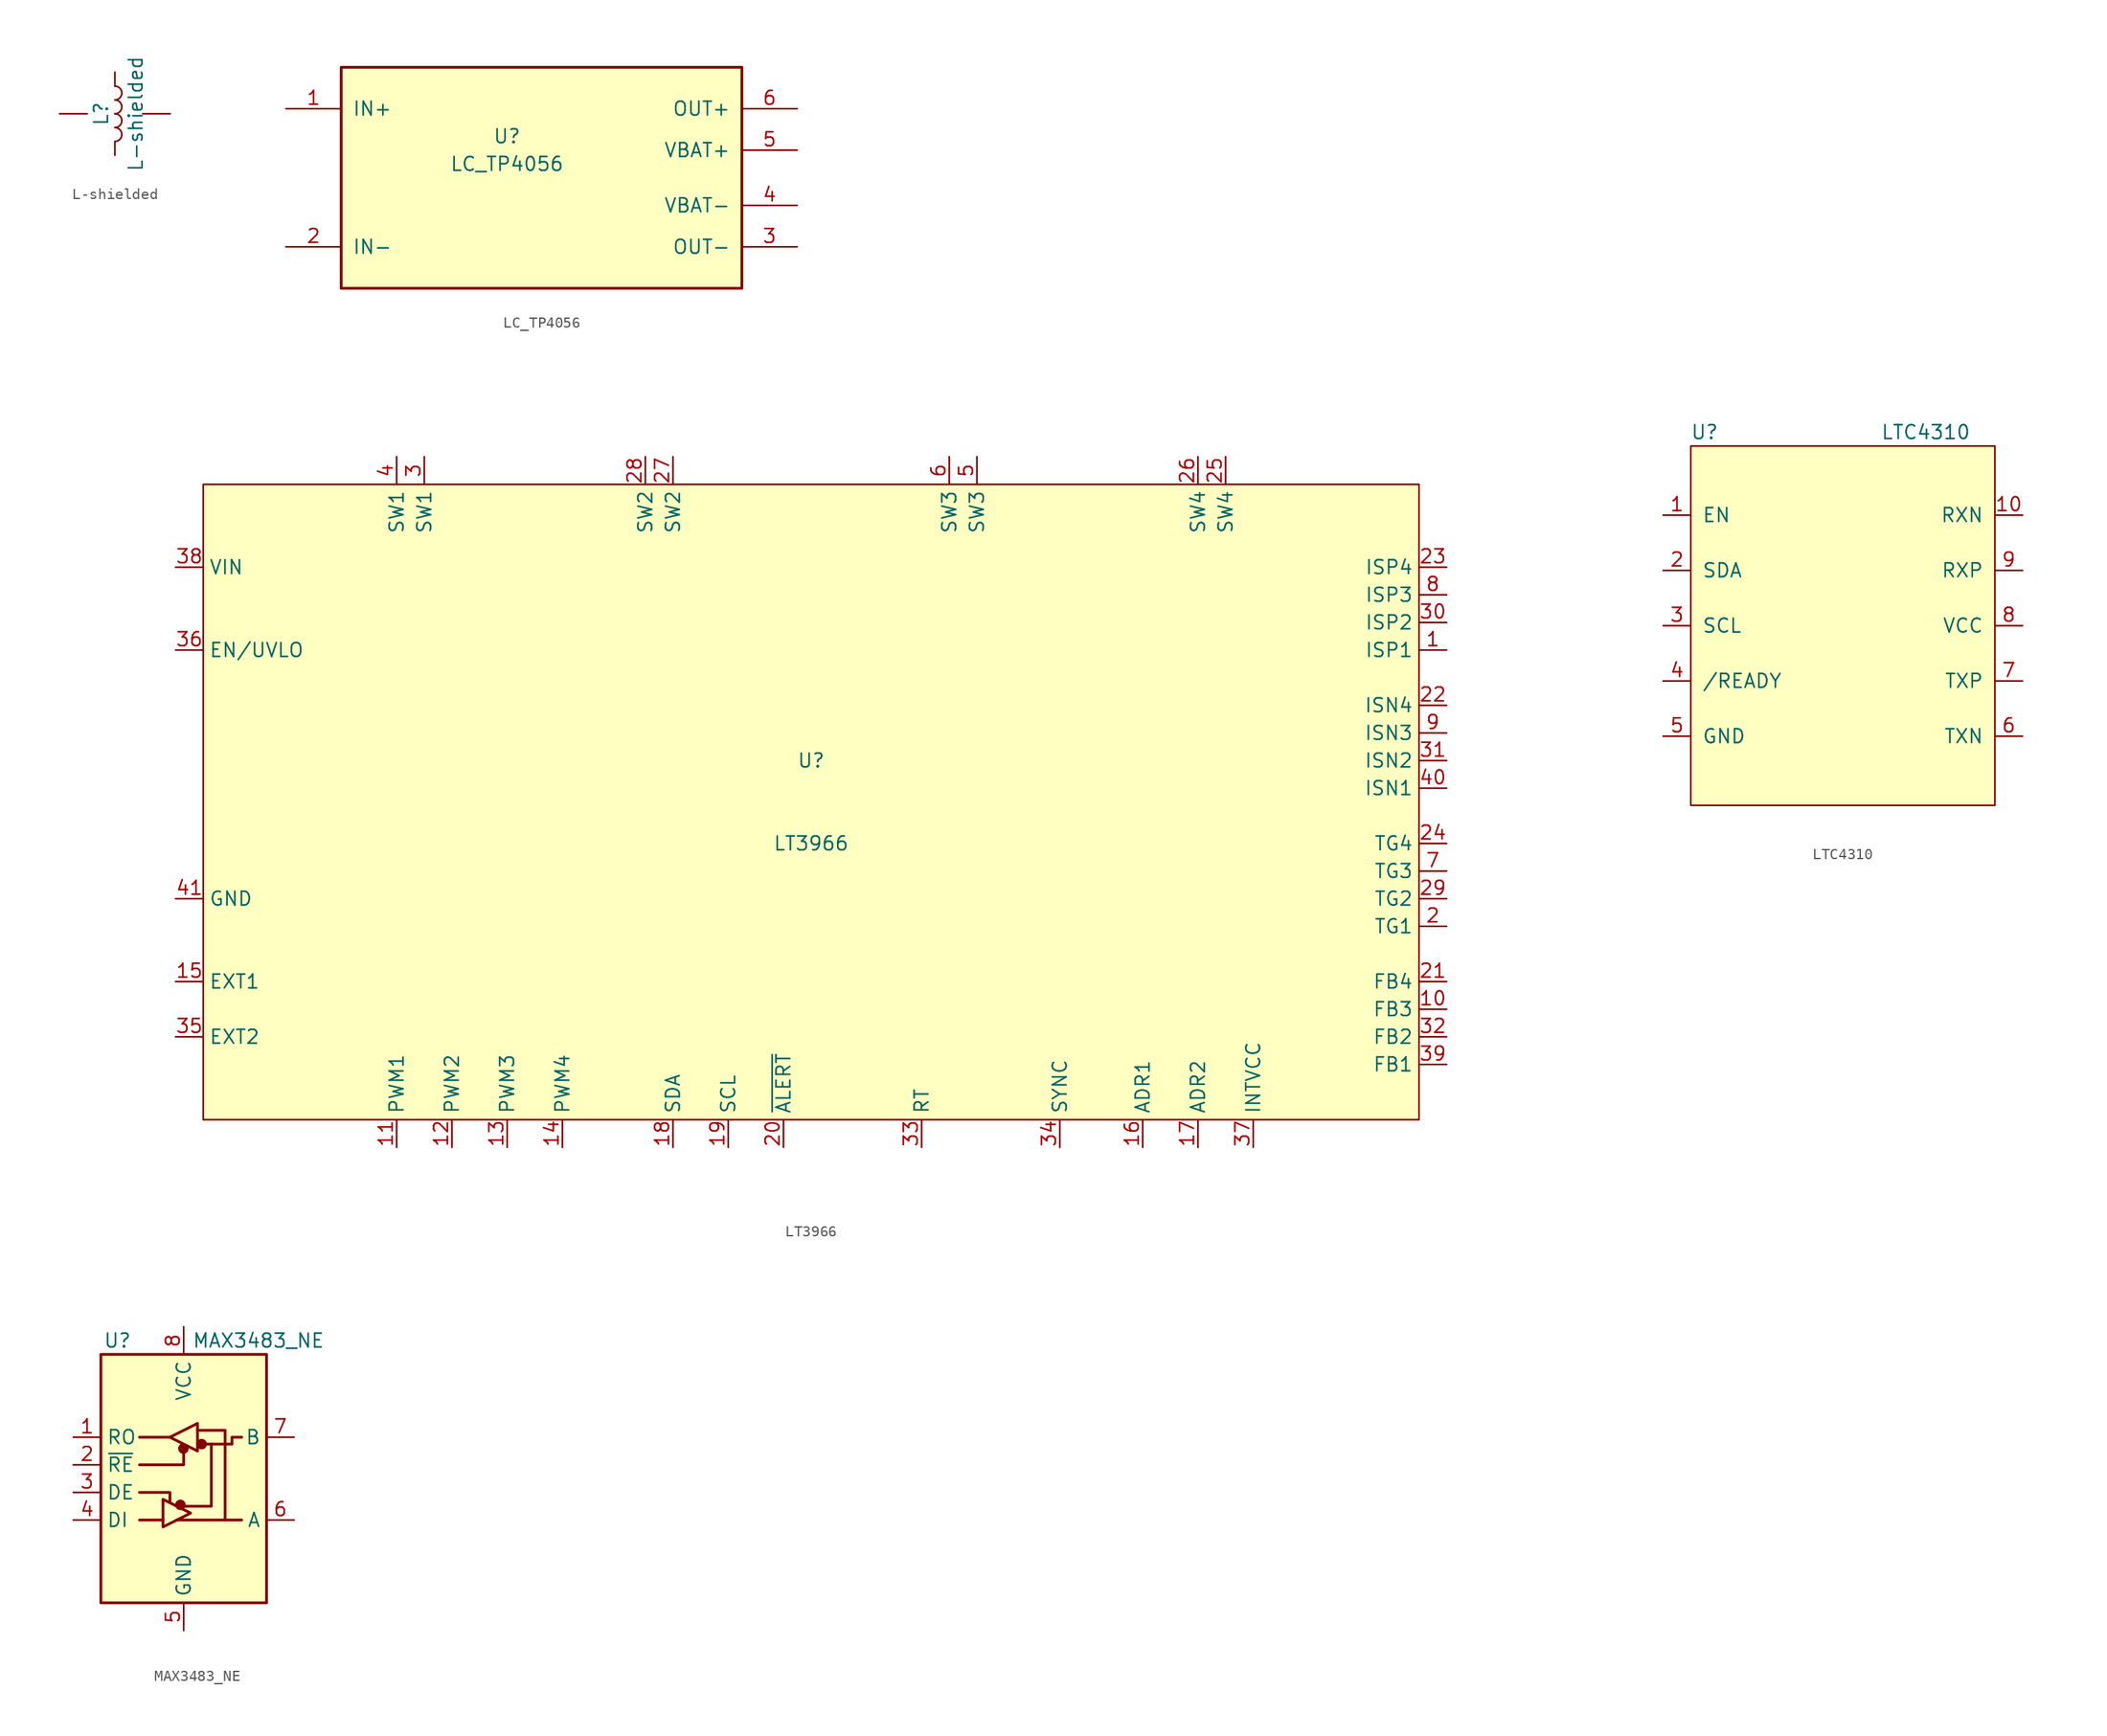
<source format=kicad_sym>
(kicad_symbol_lib
  (version 20231120)
  (generator "kicad_symbol_editor")
  (generator_version "8.0")
  (symbol "L-shielded"
    (pin_numbers hide)
    (pin_names
      (offset 1.016) hide)
    (property "Reference" "L"
      (at -1.27 0 90)
      (effects (font (size 1.27 1.27))))
    (property "Value" "L-shielded"
      (at 1.905 0 90)
      (effects (font (size 1.27 1.27))))
    (symbol "L-shielded_0_1"
      (arc (start 0 -2.54) (mid 0.6323 -1.905) (end 0 -1.27) (stroke (width 0) (type default)) (fill (type none)))
      (arc (start 0 -1.27) (mid 0.6323 -0.635) (end 0 0) (stroke (width 0) (type default)) (fill (type none)))
      (arc (start 0 0) (mid 0.6323 0.635) (end 0 1.27) (stroke (width 0) (type default)) (fill (type none)))
      (arc (start 0 1.27) (mid 0.6323 1.905) (end 0 2.54) (stroke (width 0) (type default)) (fill (type none))))
    (symbol "L-shielded_1_1"
      (pin passive line (at 0 3.81 270) (length 1.27) (name "1" (effects (font (size 1.27 1.27)))) (number "1" (effects (font (size 1.27 1.27)))))
      (pin passive line (at 0 -3.81 90) (length 1.27) (name "2" (effects (font (size 1.27 1.27)))) (number "2" (effects (font (size 1.27 1.27)))))
      (pin power_in line (at 5.08 0 180) (length 2.54) (name "GND" (effects (font (size 1.27 1.27)))) (number "3" (effects (font (size 1.27 1.27)))))
      (pin power_in line (at -5.08 0 0) (length 2.54) (name "GND" (effects (font (size 1.27 1.27)))) (number "4" (effects (font (size 1.27 1.27)))))))
  (symbol "LC_TP4056"
    (pin_names
      (offset 1.016))
    (property "Reference" "U"
      (at -2.54 3.81 0)
      (effects (font (size 1.27 1.27))))
    (property "Value" "LC_TP4056"
      (at -2.54 1.27 0)
      (effects (font (size 1.27 1.27))))
    (symbol "LC_TP4056_0_1"
      (rectangle (start -17.78 10.16) (end 19.05 -10.16) (stroke (width 0.254) (type default)) (fill (type background))))
    (symbol "LC_TP4056_1_1"
      (pin power_in line (at -22.86 6.35 0) (length 5.08) (name "IN+" (effects (font (size 1.27 1.27)))) (number "1" (effects (font (size 1.27 1.27)))))
      (pin power_in line (at -22.86 -6.35 0) (length 5.08) (name "IN-" (effects (font (size 1.27 1.27)))) (number "2" (effects (font (size 1.27 1.27)))))
      (pin power_out line (at 24.13 -6.35 180) (length 5.08) (name "OUT-" (effects (font (size 1.27 1.27)))) (number "3" (effects (font (size 1.27 1.27)))))
      (pin power_out line (at 24.13 -2.54 180) (length 5.08) (name "VBAT-" (effects (font (size 1.27 1.27)))) (number "4" (effects (font (size 1.27 1.27)))))
      (pin power_out line (at 24.13 2.54 180) (length 5.08) (name "VBAT+" (effects (font (size 1.27 1.27)))) (number "5" (effects (font (size 1.27 1.27)))))
      (pin power_out line (at 24.13 6.35 180) (length 5.08) (name "OUT+" (effects (font (size 1.27 1.27)))) (number "6" (effects (font (size 1.27 1.27)))))))
  (symbol "LT3966"
    (property "Reference" "U"
      (at 0 5.08 0)
      (effects (font (size 1.27 1.27))))
    (property "Value" "LT3966"
      (at 0 -2.54 0)
      (effects (font (size 1.27 1.27))))
    (symbol "LT3966_0_1"
      (rectangle (start -55.88 30.48) (end 55.88 -27.94) (stroke (width 0) (type default)) (fill (type background))))
    (symbol "LT3966_1_1"
      (pin input line (at 58.42 15.24 180) (length 2.54) (name "ISP1" (effects (font (size 1.27 1.27)))) (number "1" (effects (font (size 1.27 1.27)))))
      (pin input line (at 58.42 -17.78 180) (length 2.54) (name "FB3" (effects (font (size 1.27 1.27)))) (number "10" (effects (font (size 1.27 1.27)))))
      (pin input line (at -38.1 -30.48 90) (length 2.54) (name "PWM1" (effects (font (size 1.27 1.27)))) (number "11" (effects (font (size 1.27 1.27)))))
      (pin input line (at -33.02 -30.48 90) (length 2.54) (name "PWM2" (effects (font (size 1.27 1.27)))) (number "12" (effects (font (size 1.27 1.27)))))
      (pin input line (at -27.94 -30.48 90) (length 2.54) (name "PWM3" (effects (font (size 1.27 1.27)))) (number "13" (effects (font (size 1.27 1.27)))))
      (pin input line (at -22.86 -30.48 90) (length 2.54) (name "PWM4" (effects (font (size 1.27 1.27)))) (number "14" (effects (font (size 1.27 1.27)))))
      (pin input line (at -58.42 -15.24 0) (length 2.54) (name "EXT1" (effects (font (size 1.27 1.27)))) (number "15" (effects (font (size 1.27 1.27)))))
      (pin input line (at 30.48 -30.48 90) (length 2.54) (name "ADR1" (effects (font (size 1.27 1.27)))) (number "16" (effects (font (size 1.27 1.27)))))
      (pin input line (at 35.56 -30.48 90) (length 2.54) (name "ADR2" (effects (font (size 1.27 1.27)))) (number "17" (effects (font (size 1.27 1.27)))))
      (pin input line (at -12.7 -30.48 90) (length 2.54) (name "SDA" (effects (font (size 1.27 1.27)))) (number "18" (effects (font (size 1.27 1.27)))))
      (pin input line (at -7.62 -30.48 90) (length 2.54) (name "SCL" (effects (font (size 1.27 1.27)))) (number "19" (effects (font (size 1.27 1.27)))))
      (pin input line (at 58.42 -10.16 180) (length 2.54) (name "TG1" (effects (font (size 1.27 1.27)))) (number "2" (effects (font (size 1.27 1.27)))))
      (pin input line (at -2.54 -30.48 90) (length 2.54) (name "~{ALERT}" (effects (font (size 1.27 1.27)))) (number "20" (effects (font (size 1.27 1.27)))))
      (pin input line (at 58.42 -15.24 180) (length 2.54) (name "FB4" (effects (font (size 1.27 1.27)))) (number "21" (effects (font (size 1.27 1.27)))))
      (pin input line (at 58.42 10.16 180) (length 2.54) (name "ISN4" (effects (font (size 1.27 1.27)))) (number "22" (effects (font (size 1.27 1.27)))))
      (pin input line (at 58.42 22.86 180) (length 2.54) (name "ISP4" (effects (font (size 1.27 1.27)))) (number "23" (effects (font (size 1.27 1.27)))))
      (pin input line (at 58.42 -2.54 180) (length 2.54) (name "TG4" (effects (font (size 1.27 1.27)))) (number "24" (effects (font (size 1.27 1.27)))))
      (pin input line (at 38.1 33.02 270) (length 2.54) (name "SW4" (effects (font (size 1.27 1.27)))) (number "25" (effects (font (size 1.27 1.27)))))
      (pin input line (at 35.56 33.02 270) (length 2.54) (name "SW4" (effects (font (size 1.27 1.27)))) (number "26" (effects (font (size 1.27 1.27)))))
      (pin input line (at -12.7 33.02 270) (length 2.54) (name "SW2" (effects (font (size 1.27 1.27)))) (number "27" (effects (font (size 1.27 1.27)))))
      (pin input line (at -15.24 33.02 270) (length 2.54) (name "SW2" (effects (font (size 1.27 1.27)))) (number "28" (effects (font (size 1.27 1.27)))))
      (pin input line (at 58.42 -7.62 180) (length 2.54) (name "TG2" (effects (font (size 1.27 1.27)))) (number "29" (effects (font (size 1.27 1.27)))))
      (pin input line (at -35.56 33.02 270) (length 2.54) (name "SW1" (effects (font (size 1.27 1.27)))) (number "3" (effects (font (size 1.27 1.27)))))
      (pin input line (at 58.42 17.78 180) (length 2.54) (name "ISP2" (effects (font (size 1.27 1.27)))) (number "30" (effects (font (size 1.27 1.27)))))
      (pin input line (at 58.42 5.08 180) (length 2.54) (name "ISN2" (effects (font (size 1.27 1.27)))) (number "31" (effects (font (size 1.27 1.27)))))
      (pin input line (at 58.42 -20.32 180) (length 2.54) (name "FB2" (effects (font (size 1.27 1.27)))) (number "32" (effects (font (size 1.27 1.27)))))
      (pin input line (at 10.16 -30.48 90) (length 2.54) (name "RT" (effects (font (size 1.27 1.27)))) (number "33" (effects (font (size 1.27 1.27)))))
      (pin input line (at 22.86 -30.48 90) (length 2.54) (name "SYNC" (effects (font (size 1.27 1.27)))) (number "34" (effects (font (size 1.27 1.27)))))
      (pin input line (at -58.42 -20.32 0) (length 2.54) (name "EXT2" (effects (font (size 1.27 1.27)))) (number "35" (effects (font (size 1.27 1.27)))))
      (pin input line (at -58.42 15.24 0) (length 2.54) (name "EN/UVLO" (effects (font (size 1.27 1.27)))) (number "36" (effects (font (size 1.27 1.27)))))
      (pin input line (at 40.64 -30.48 90) (length 2.54) (name "INTVCC" (effects (font (size 1.27 1.27)))) (number "37" (effects (font (size 1.27 1.27)))))
      (pin power_in line (at -58.42 22.86 0) (length 2.54) (name "VIN" (effects (font (size 1.27 1.27)))) (number "38" (effects (font (size 1.27 1.27)))))
      (pin input line (at 58.42 -22.86 180) (length 2.54) (name "FB1" (effects (font (size 1.27 1.27)))) (number "39" (effects (font (size 1.27 1.27)))))
      (pin input line (at -38.1 33.02 270) (length 2.54) (name "SW1" (effects (font (size 1.27 1.27)))) (number "4" (effects (font (size 1.27 1.27)))))
      (pin input line (at 58.42 2.54 180) (length 2.54) (name "ISN1" (effects (font (size 1.27 1.27)))) (number "40" (effects (font (size 1.27 1.27)))))
      (pin input line (at -58.42 -7.62 0) (length 2.54) (name "GND" (effects (font (size 1.27 1.27)))) (number "41" (effects (font (size 1.27 1.27)))))
      (pin input line (at 15.24 33.02 270) (length 2.54) (name "SW3" (effects (font (size 1.27 1.27)))) (number "5" (effects (font (size 1.27 1.27)))))
      (pin input line (at 12.7 33.02 270) (length 2.54) (name "SW3" (effects (font (size 1.27 1.27)))) (number "6" (effects (font (size 1.27 1.27)))))
      (pin input line (at 58.42 -5.08 180) (length 2.54) (name "TG3" (effects (font (size 1.27 1.27)))) (number "7" (effects (font (size 1.27 1.27)))))
      (pin input line (at 58.42 20.32 180) (length 2.54) (name "ISP3" (effects (font (size 1.27 1.27)))) (number "8" (effects (font (size 1.27 1.27)))))
      (pin input line (at 58.42 7.62 180) (length 2.54) (name "ISN3" (effects (font (size 1.27 1.27)))) (number "9" (effects (font (size 1.27 1.27)))))))
  (symbol "LTC4310"
    (pin_names
      (offset 1.016))
    (property "Reference" "U"
      (at -12.7 20.32 0)
      (effects (font (size 1.27 1.27))))
    (property "Value" "LTC4310"
      (at 7.62 20.32 0)
      (effects (font (size 1.27 1.27))))
    (symbol "LTC4310_0_1"
      (rectangle (start -13.97 -13.97) (end 13.97 19.05) (stroke (width 0) (type default)) (fill (type background))))
    (symbol "LTC4310_1_1"
      (pin input line (at -16.51 12.7 0) (length 2.54) (name "EN" (effects (font (size 1.27 1.27)))) (number "1" (effects (font (size 1.27 1.27)))))
      (pin output line (at 16.51 12.7 180) (length 2.54) (name "RXN" (effects (font (size 1.27 1.27)))) (number "10" (effects (font (size 1.27 1.27)))))
      (pin open_collector line (at -16.51 7.62 0) (length 2.54) (name "SDA" (effects (font (size 1.27 1.27)))) (number "2" (effects (font (size 1.27 1.27)))))
      (pin open_collector line (at -16.51 2.54 0) (length 2.54) (name "SCL" (effects (font (size 1.27 1.27)))) (number "3" (effects (font (size 1.27 1.27)))))
      (pin output line (at -16.51 -2.54 0) (length 2.54) (name "/READY" (effects (font (size 1.27 1.27)))) (number "4" (effects (font (size 1.27 1.27)))))
      (pin power_in line (at -16.51 -7.62 0) (length 2.54) (name "GND" (effects (font (size 1.27 1.27)))) (number "5" (effects (font (size 1.27 1.27)))))
      (pin output line (at 16.51 -7.62 180) (length 2.54) (name "TXN" (effects (font (size 1.27 1.27)))) (number "6" (effects (font (size 1.27 1.27)))))
      (pin output line (at 16.51 -2.54 180) (length 2.54) (name "TXP" (effects (font (size 1.27 1.27)))) (number "7" (effects (font (size 1.27 1.27)))))
      (pin power_in line (at 16.51 2.54 180) (length 2.54) (name "VCC" (effects (font (size 1.27 1.27)))) (number "8" (effects (font (size 1.27 1.27)))))
      (pin input line (at 16.51 7.62 180) (length 2.54) (name "RXP" (effects (font (size 1.27 1.27)))) (number "9" (effects (font (size 1.27 1.27)))))))
  (symbol "MAX3483_NE"
    (property "Reference" "U"
      (at -6.096 11.43 0)
      (effects (font (size 1.27 1.27))))
    (property "Value" "MAX3483_NE"
      (at 0.762 11.43 0)
      (effects (font (size 1.27 1.27)) (justify left)))
    (symbol "MAX3483_NE_0_1"
      (rectangle (start -7.62 10.16) (end 7.62 -12.7) (stroke (width 0.254) (type default)) (fill (type background)))
      (circle (center -0.305 -3.683) (radius 0.356) (stroke (width 0.254) (type default)) (fill (type outline)))
      (circle (center -0.025 1.499) (radius 0.356) (stroke (width 0.254) (type default)) (fill (type outline)))
      (polyline (pts (xy -4.064 -5.08) (xy -1.905 -5.08)) (stroke (width 0.254) (type default)) (fill (type none)))
      (polyline (pts (xy -4.064 2.54) (xy -1.27 2.54)) (stroke (width 0.254) (type default)) (fill (type none)))
      (polyline (pts (xy -1.27 -3.2) (xy -1.27 -3.454)) (stroke (width 0.254) (type default)) (fill (type none)))
      (polyline (pts (xy -0.635 -5.08) (xy 5.334 -5.08)) (stroke (width 0.254) (type default)) (fill (type none)))
      (polyline (pts (xy -4.064 -2.54) (xy -1.27 -2.54) (xy -1.27 -3.175)) (stroke (width 0.254) (type default)) (fill (type none)))
      (polyline (pts (xy 0 1.27) (xy 0 0) (xy -4.064 0)) (stroke (width 0.254) (type default)) (fill (type none)))
      (polyline (pts (xy 1.27 3.175) (xy 3.81 3.175) (xy 3.81 -5.08)) (stroke (width 0.254) (type default)) (fill (type none)))
      (polyline (pts (xy 2.54 1.905) (xy 2.54 -3.81) (xy 0 -3.81)) (stroke (width 0.254) (type default)) (fill (type none)))
      (polyline (pts (xy -1.905 -3.175) (xy -1.905 -5.715) (xy 0.635 -4.445) (xy -1.905 -3.175)) (stroke (width 0.254) (type default)) (fill (type none)))
      (polyline (pts (xy -1.27 2.54) (xy 1.27 3.81) (xy 1.27 1.27) (xy -1.27 2.54)) (stroke (width 0.254) (type default)) (fill (type none)))
      (polyline (pts (xy 1.905 1.905) (xy 4.445 1.905) (xy 4.445 2.54) (xy 5.334 2.54)) (stroke (width 0.254) (type default)) (fill (type none)))
      (rectangle (start 1.27 3.175) (end 1.27 3.175) (stroke (width 0) (type default)) (fill (type none)))
      (circle (center 1.651 1.905) (radius 0.356) (stroke (width 0.254) (type default)) (fill (type outline))))
    (symbol "MAX3483_NE_1_1"
      (pin output line (at -10.16 2.54 0) (length 2.54) (name "RO" (effects (font (size 1.27 1.27)))) (number "1" (effects (font (size 1.27 1.27)))))
      (pin input line (at -10.16 0 0) (length 2.54) (name "~{RE}" (effects (font (size 1.27 1.27)))) (number "2" (effects (font (size 1.27 1.27)))))
      (pin input line (at -10.16 -2.54 0) (length 2.54) (name "DE" (effects (font (size 1.27 1.27)))) (number "3" (effects (font (size 1.27 1.27)))))
      (pin input line (at -10.16 -5.08 0) (length 2.54) (name "DI" (effects (font (size 1.27 1.27)))) (number "4" (effects (font (size 1.27 1.27)))))
      (pin power_in line (at 0 -15.24 90) (length 2.54) (name "GND" (effects (font (size 1.27 1.27)))) (number "5" (effects (font (size 1.27 1.27)))))
      (pin bidirectional line (at 10.16 -5.08 180) (length 2.54) (name "A" (effects (font (size 1.27 1.27)))) (number "6" (effects (font (size 1.27 1.27)))))
      (pin bidirectional line (at 10.16 2.54 180) (length 2.54) (name "B" (effects (font (size 1.27 1.27)))) (number "7" (effects (font (size 1.27 1.27)))))
      (pin power_in line (at 0 12.7 270) (length 2.54) (name "VCC" (effects (font (size 1.27 1.27)))) (number "8" (effects (font (size 1.27 1.27))))))))
</source>
